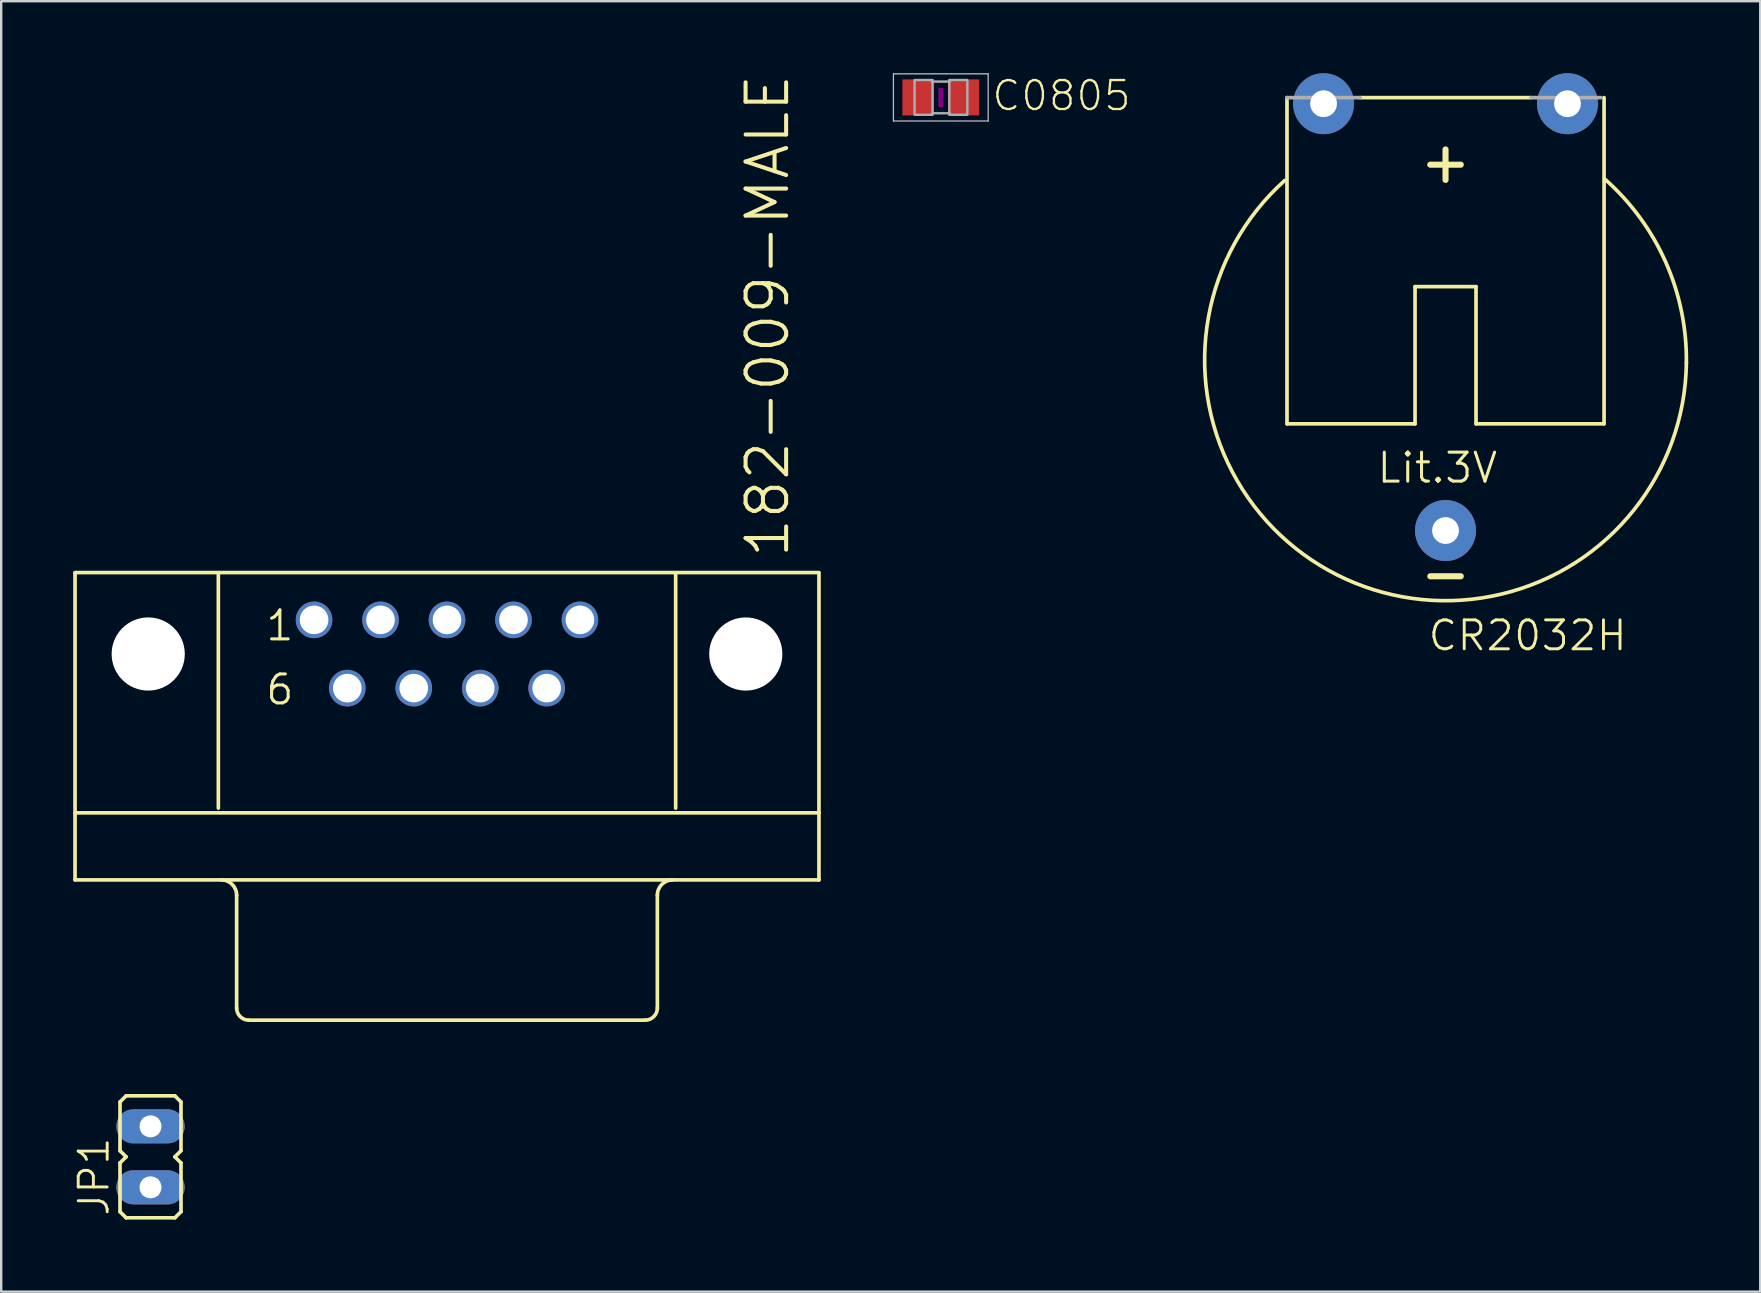
<source format=kicad_pcb>
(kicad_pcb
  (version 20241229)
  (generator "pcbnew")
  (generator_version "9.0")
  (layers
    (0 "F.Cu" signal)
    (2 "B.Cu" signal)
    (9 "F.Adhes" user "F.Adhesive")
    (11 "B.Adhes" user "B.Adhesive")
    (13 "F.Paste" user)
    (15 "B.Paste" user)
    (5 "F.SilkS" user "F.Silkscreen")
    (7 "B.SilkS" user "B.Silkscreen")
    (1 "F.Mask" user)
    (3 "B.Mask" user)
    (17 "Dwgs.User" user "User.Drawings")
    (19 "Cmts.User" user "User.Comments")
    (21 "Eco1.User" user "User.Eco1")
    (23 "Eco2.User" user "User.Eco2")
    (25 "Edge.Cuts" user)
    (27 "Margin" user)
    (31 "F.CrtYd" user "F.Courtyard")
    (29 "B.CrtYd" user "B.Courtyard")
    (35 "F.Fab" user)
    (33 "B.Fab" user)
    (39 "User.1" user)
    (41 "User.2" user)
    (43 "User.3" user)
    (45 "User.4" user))
  (footprint "182-009-MALE"
    (layer "F.Cu")
    (at 15.57 33.694)
    (property "Reference" "182-009-MALE" (at 14.342 -13.417 90) (layer "F.SilkS") (effects (font (size 1.689 1.689) (thickness 0.169)) (justify left bottom)))
    (attr through_hole)
    (fp_line (start -15.494 -12.875) (end -15.494 -0.091) (stroke (width 0.152) (type solid)) (layer "F.SilkS"))
    (fp_line (start -9.525 -12.875) (end -9.525 -3.082) (stroke (width 0.152) (type solid)) (layer "F.SilkS"))
    (fp_line (start -8.763 0.544) (end -8.763 5.243) (stroke (width 0.152) (type solid)) (layer "F.SilkS"))
    (fp_line (start 8.255 5.751) (end -8.255 5.751) (stroke (width 0.152) (type solid)) (layer "F.SilkS"))
    (fp_line (start 8.763 0.544) (end 8.763 5.243) (stroke (width 0.152) (type solid)) (layer "F.SilkS"))
    (fp_line (start 9.525 -3.082) (end 9.525 -12.875) (stroke (width 0.152) (type solid)) (layer "F.SilkS"))
    (fp_line (start 15.494 -12.893) (end -15.494 -12.893) (stroke (width 0.152) (type solid)) (layer "F.SilkS"))
    (fp_line (start 15.494 -12.875) (end 15.494 -2.885) (stroke (width 0.152) (type solid)) (layer "F.SilkS"))
    (fp_line (start 15.494 -2.885) (end -15.494 -2.885) (stroke (width 0.152) (type solid)) (layer "F.SilkS"))
    (fp_line (start 15.494 -2.885) (end 15.494 -0.091) (stroke (width 0.152) (type solid)) (layer "F.SilkS"))
    (fp_line (start 15.494 -0.091) (end -15.494 -0.091) (stroke (width 0.152) (type solid)) (layer "F.SilkS"))
    (fp_arc (start -9.398 -0.091) (mid -8.948987 0.094987) (end -8.763 0.544) (stroke (width 0.1524) (type solid)) (layer "F.SilkS"))
    (fp_arc (start -8.255 5.751) (mid -8.61421 5.60221) (end -8.763 5.243) (stroke (width 0.1524) (type solid)) (layer "F.SilkS"))
    (fp_arc (start 8.763 0.544) (mid 8.948987 0.094987) (end 9.398 -0.091) (stroke (width 0.1524) (type solid)) (layer "F.SilkS"))
    (fp_arc (start 8.763 5.243) (mid 8.61421 5.60221) (end 8.255 5.751) (stroke (width 0.1524) (type solid)) (layer "F.SilkS"))
    (fp_text user "6" (at -7.62 -7.311 0) (layer "F.SilkS") (effects (font (size 1.206 1.206) (thickness 0.127)) (justify left bottom)))
    (fp_text user "1" (at -7.62 -9.978 0) (layer "F.SilkS") (effects (font (size 1.206 1.206) (thickness 0.127)) (justify left bottom)))
    (pad "" np_thru_hole circle (at -12.446 -9.501) (size 3.048 3.048) (drill 3.048) (layers "*.Cu" "*.Mask"))
    (pad "" np_thru_hole circle (at 12.446 -9.501) (size 3.048 3.048) (drill 3.048) (layers "*.Cu" "*.Mask"))
    (pad "1" thru_hole circle (at -5.537 -10.923) (size 1.524 1.524) (drill 1.194) (layers "*.Cu" "*.Mask"))
    (pad "2" thru_hole circle (at -2.769 -10.923) (size 1.524 1.524) (drill 1.194) (layers "*.Cu" "*.Mask"))
    (pad "3" thru_hole circle (at 0 -10.923) (size 1.524 1.524) (drill 1.194) (layers "*.Cu" "*.Mask"))
    (pad "4" thru_hole circle (at 2.769 -10.923) (size 1.524 1.524) (drill 1.194) (layers "*.Cu" "*.Mask"))
    (pad "5" thru_hole circle (at 5.537 -10.923) (size 1.524 1.524) (drill 1.194) (layers "*.Cu" "*.Mask"))
    (pad "6" thru_hole circle (at -4.153 -8.08) (size 1.524 1.524) (drill 1.194) (layers "*.Cu" "*.Mask"))
    (pad "7" thru_hole circle (at -1.384 -8.08) (size 1.524 1.524) (drill 1.194) (layers "*.Cu" "*.Mask"))
    (pad "8" thru_hole circle (at 1.384 -8.08) (size 1.524 1.524) (drill 1.194) (layers "*.Cu" "*.Mask"))
    (pad "9" thru_hole circle (at 4.153 -8.08) (size 1.524 1.524) (drill 1.194) (layers "*.Cu" "*.Mask")))
  (footprint "C0805"
    (layer "F.Cu")
    (at 36.139 1.008)
    (property "Reference" "C0805" (at 2.064 0.635 0) (layer "F.SilkS") (effects (font (size 1.206 1.206) (thickness 0.097)) (justify left bottom)))
    (attr through_hole)
    (fp_poly (pts (xy -0.1 0.4) (xy 0.1 0.4) (xy 0.1 -0.4) (xy -0.1 -0.4)) (stroke (width 0) (type solid)) (fill yes) (layer "F.Adhes"))
    (fp_line (start -1.973 -0.983) (end 1.973 -0.983) (stroke (width 0.051) (type solid)) (layer "Dwgs.User"))
    (fp_line (start -1.973 0.983) (end -1.973 -0.983) (stroke (width 0.051) (type solid)) (layer "Dwgs.User"))
    (fp_line (start 1.973 -0.983) (end 1.973 0.983) (stroke (width 0.051) (type solid)) (layer "Dwgs.User"))
    (fp_line (start 1.973 0.983) (end -1.973 0.983) (stroke (width 0.051) (type solid)) (layer "Dwgs.User"))
    (fp_line (start -0.381 -0.66) (end 0.381 -0.66) (stroke (width 0.102) (type solid)) (layer "F.Fab"))
    (fp_line (start -0.356 0.66) (end 0.381 0.66) (stroke (width 0.102) (type solid)) (layer "F.Fab"))
    (fp_poly (pts (xy -1.092 0.724) (xy -0.342 0.724) (xy -0.342 -0.726) (xy -1.092 -0.726)) (stroke (width 0.1) (type solid)) (fill no) (layer "F.Fab"))
    (fp_poly (pts (xy 0.356 0.724) (xy 1.106 0.724) (xy 1.106 -0.726) (xy 0.356 -0.726)) (stroke (width 0.1) (type solid)) (fill no) (layer "F.Fab"))
    (pad "1" smd rect (at -0.95 0) (size 1.3 1.5) (layers "F.Cu" "F.Mask" "F.Paste"))
    (pad "2" smd rect (at 0.95 0) (size 1.3 1.5) (layers "F.Cu" "F.Mask" "F.Paste")))
  (footprint "JP1"
    (layer "F.Cu")
    (at 3.219 45.138)
    (property "Reference" "JP1" (at -1.651 2.54 270) (layer "F.SilkS") (effects (font (size 1.206 1.206) (thickness 0.121)) (justify left bottom)))
    (attr through_hole)
    (fp_line (start -1.27 -2.286) (end -1.27 -0.254) (stroke (width 0.152) (type solid)) (layer "F.SilkS"))
    (fp_line (start -1.27 -2.286) (end -1.016 -2.54) (stroke (width 0.152) (type solid)) (layer "F.SilkS"))
    (fp_line (start -1.27 0.254) (end -1.27 2.286) (stroke (width 0.152) (type solid)) (layer "F.SilkS"))
    (fp_line (start -1.016 0) (end -1.27 -0.254) (stroke (width 0.152) (type solid)) (layer "F.SilkS"))
    (fp_line (start -1.016 0) (end -1.27 0.254) (stroke (width 0.152) (type solid)) (layer "F.SilkS"))
    (fp_line (start -1.016 2.54) (end -1.27 2.286) (stroke (width 0.152) (type solid)) (layer "F.SilkS"))
    (fp_line (start -1.016 2.54) (end 1.016 2.54) (stroke (width 0.152) (type solid)) (layer "F.SilkS"))
    (fp_line (start 1.016 -2.54) (end -1.016 -2.54) (stroke (width 0.152) (type solid)) (layer "F.SilkS"))
    (fp_line (start 1.016 0) (end 1.27 -0.254) (stroke (width 0.152) (type solid)) (layer "F.SilkS"))
    (fp_line (start 1.016 0) (end 1.27 0.254) (stroke (width 0.152) (type solid)) (layer "F.SilkS"))
    (fp_line (start 1.016 2.54) (end 1.27 2.286) (stroke (width 0.152) (type solid)) (layer "F.SilkS"))
    (fp_line (start 1.27 -2.286) (end 1.016 -2.54) (stroke (width 0.152) (type solid)) (layer "F.SilkS"))
    (fp_line (start 1.27 -2.286) (end 1.27 -0.254) (stroke (width 0.152) (type solid)) (layer "F.SilkS"))
    (fp_line (start 1.27 0.254) (end 1.27 2.286) (stroke (width 0.152) (type solid)) (layer "F.SilkS"))
    (fp_poly (pts (xy -0.305 -0.965) (xy 0.305 -0.965) (xy 0.305 -1.575) (xy -0.305 -1.575)) (stroke (width 0.1) (type solid)) (fill no) (layer "F.Fab"))
    (fp_poly (pts (xy -0.305 1.575) (xy 0.305 1.575) (xy 0.305 0.965) (xy -0.305 0.965)) (stroke (width 0.1) (type solid)) (fill no) (layer "F.Fab"))
    (pad "1" thru_hole oval (at 0 1.27) (size 2.845 1.422) (drill 0.914) (layers "*.Cu" "*.Mask"))
    (pad "2" thru_hole oval (at 0 -1.27) (size 2.845 1.422) (drill 0.914) (layers "*.Cu" "*.Mask")))
  (footprint "CR2032H"
    (layer "F.Cu")
    (at 57.164 12.065)
    (property "Reference" "CR2032H" (at -0.794 12.065 0) (layer "F.SilkS") (effects (font (size 1.206 1.206) (thickness 0.121)) (justify left bottom)))
    (attr through_hole)
    (fp_line (start -6.604 -11.049) (end -6.604 2.54) (stroke (width 0.152) (type solid)) (layer "F.SilkS"))
    (fp_line (start -6.604 2.54) (end -1.27 2.54) (stroke (width 0.152) (type solid)) (layer "F.SilkS"))
    (fp_line (start -1.27 -3.175) (end -1.27 2.54) (stroke (width 0.152) (type solid)) (layer "F.SilkS"))
    (fp_line (start -1.27 -3.175) (end 1.27 -3.175) (stroke (width 0.152) (type solid)) (layer "F.SilkS"))
    (fp_line (start -0.635 -8.255) (end 0.635 -8.255) (stroke (width 0.254) (type solid)) (layer "F.SilkS"))
    (fp_line (start -0.635 8.89) (end 0.635 8.89) (stroke (width 0.254) (type solid)) (layer "F.SilkS"))
    (fp_line (start 0 -8.89) (end 0 -7.62) (stroke (width 0.254) (type solid)) (layer "F.SilkS"))
    (fp_line (start 1.27 2.54) (end 1.27 -3.175) (stroke (width 0.152) (type solid)) (layer "F.SilkS"))
    (fp_line (start 1.27 2.54) (end 6.604 2.54) (stroke (width 0.152) (type solid)) (layer "F.SilkS"))
    (fp_line (start 3.556 -11.049) (end -3.556 -11.049) (stroke (width 0.152) (type solid)) (layer "F.SilkS"))
    (fp_line (start 6.604 2.54) (end 6.604 -11.049) (stroke (width 0.152) (type solid)) (layer "F.SilkS"))
    (fp_arc (start 6.6203 -7.6668) (mid 9.166727 -4.20733) (end 10.0331 0) (stroke (width 0.1524) (type solid)) (layer "F.SilkS"))
    (fp_arc (start 10.033002 -0.000001) (mid -4.148817 9.008909) (end -6.698 -7.5979) (stroke (width 0.1524) (type solid)) (layer "F.SilkS"))
    (fp_line (start -3.556 -11.049) (end -6.604 -11.049) (stroke (width 0.152) (type solid)) (layer "F.Fab"))
    (fp_line (start 6.477 -11.049) (end 3.556 -11.049) (stroke (width 0.152) (type solid)) (layer "F.Fab"))
    (fp_text user "Lit.3V" (at -2.921 5.08 0) (layer "F.SilkS") (effects (font (size 1.206 1.206) (thickness 0.127)) (justify left bottom)))
    (pad "+" thru_hole circle (at 5.08 -10.795) (size 2.54 2.54) (drill 1.118) (layers "*.Cu" "*.Mask"))
    (pad "+@1" thru_hole circle (at -5.08 -10.795) (size 2.54 2.54) (drill 1.118) (layers "*.Cu" "*.Mask"))
    (pad "-" thru_hole circle (at 0 6.985) (size 2.54 2.54) (drill 1.118) (layers "*.Cu" "*.Mask")))
  (gr_rect
    (start -3 -3)
    (end 70.274 50.754)
    (stroke (width 0.1) (type default))
    (fill no)
    (layer "Edge.Cuts")))
</source>
